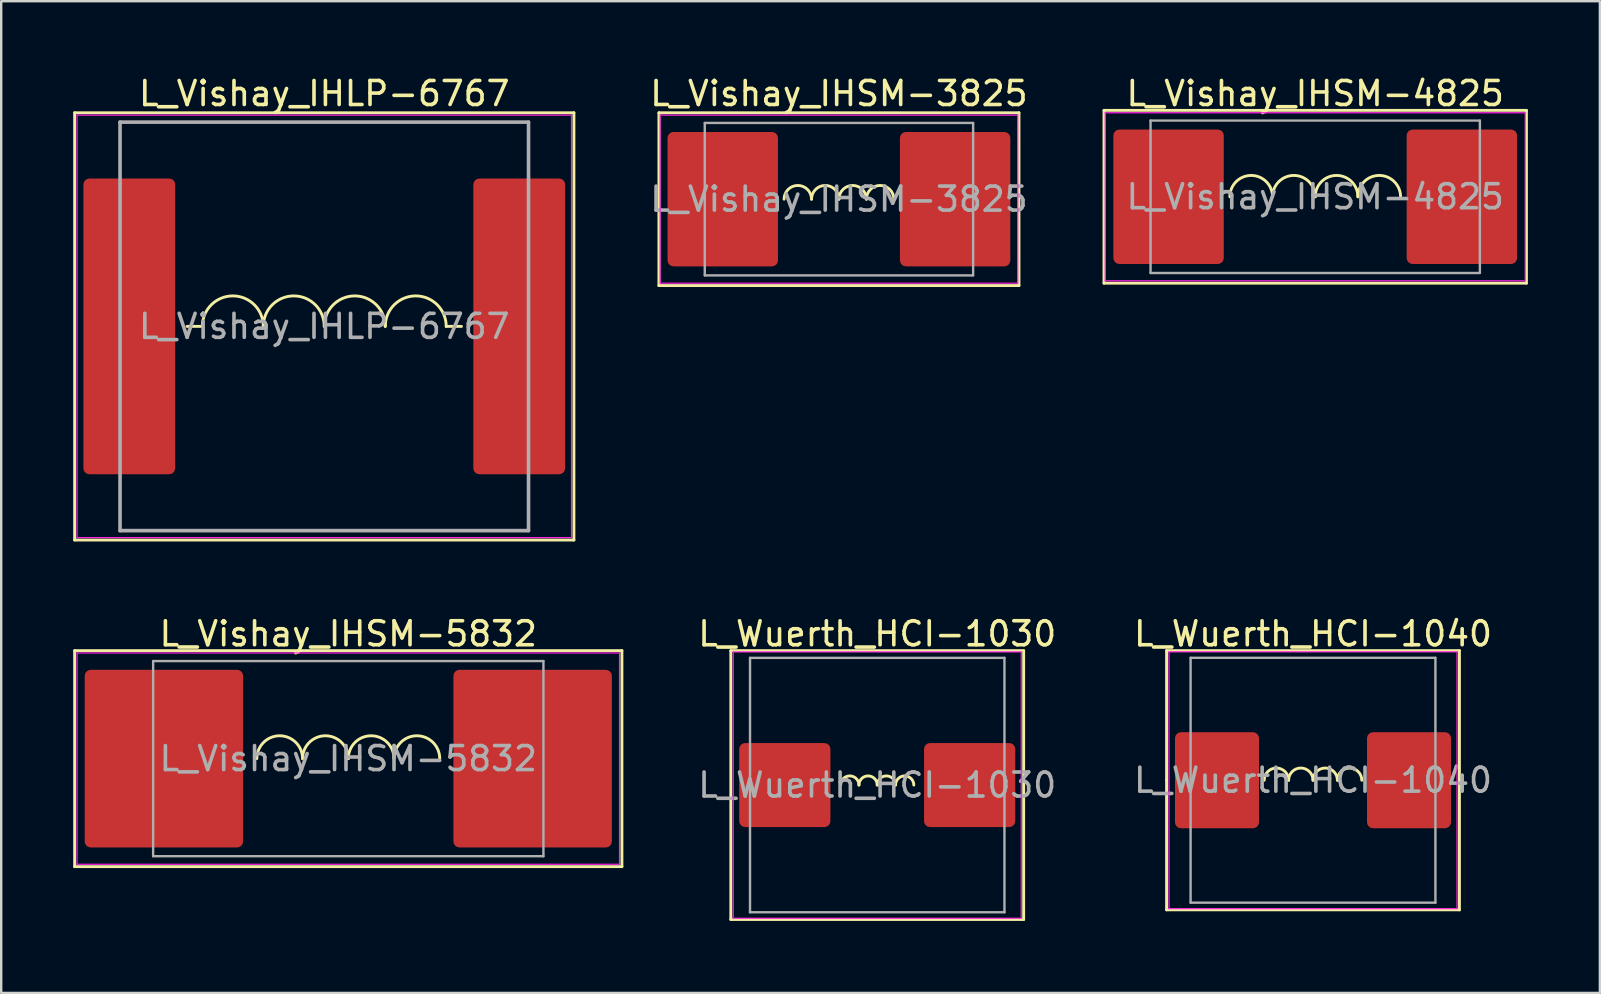
<source format=kicad_pcb>
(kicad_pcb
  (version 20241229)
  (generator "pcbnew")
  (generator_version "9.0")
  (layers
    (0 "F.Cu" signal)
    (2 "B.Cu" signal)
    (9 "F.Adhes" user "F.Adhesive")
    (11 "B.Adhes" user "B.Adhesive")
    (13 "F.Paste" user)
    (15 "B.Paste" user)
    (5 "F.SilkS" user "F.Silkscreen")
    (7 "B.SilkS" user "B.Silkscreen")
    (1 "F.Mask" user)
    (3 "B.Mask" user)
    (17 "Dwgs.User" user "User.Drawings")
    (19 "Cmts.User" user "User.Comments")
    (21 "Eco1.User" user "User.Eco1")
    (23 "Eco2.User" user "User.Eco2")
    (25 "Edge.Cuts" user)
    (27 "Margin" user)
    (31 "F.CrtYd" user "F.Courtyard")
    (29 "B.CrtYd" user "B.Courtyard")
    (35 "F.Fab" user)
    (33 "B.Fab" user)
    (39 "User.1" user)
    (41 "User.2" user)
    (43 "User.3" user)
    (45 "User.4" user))
  (footprint "L_Vishay_IHSM-5832"
    (layer "F.Cu")
    (at 11.46 28.556)
    (property "Reference" "L_Vishay_IHSM-5832" (at 0 -5.2 0) (layer "F.SilkS") (effects (font (size 1 1) (thickness 0.15))))
    (attr smd)
    (fp_line (start -11.4 -4.5) (end -11.4 4.5) (stroke (width 0.12) (type solid)) (layer "F.SilkS"))
    (fp_line (start -11.4 4.5) (end 11.4 4.5) (stroke (width 0.12) (type solid)) (layer "F.SilkS"))
    (fp_line (start 11.4 -4.5) (end -11.4 -4.5) (stroke (width 0.12) (type solid)) (layer "F.SilkS"))
    (fp_line (start 11.4 4.5) (end 11.4 -4.5) (stroke (width 0.12) (type solid)) (layer "F.SilkS"))
    (fp_arc (start -3.81 0) (mid -2.8575 -0.9525) (end -1.905 0) (stroke (width 0.12) (type solid)) (layer "F.SilkS"))
    (fp_arc (start -1.905 0) (mid -0.9525 -0.9525) (end 0 0) (stroke (width 0.12) (type solid)) (layer "F.SilkS"))
    (fp_arc (start 0 0) (mid 0.9525 -0.9525) (end 1.905 0) (stroke (width 0.12) (type solid)) (layer "F.SilkS"))
    (fp_arc (start 1.905 0) (mid 2.8575 -0.9525) (end 3.81 0) (stroke (width 0.12) (type solid)) (layer "F.SilkS"))
    (fp_line (start -11.3 -4.4) (end -11.3 4.4) (stroke (width 0.05) (type solid)) (layer "F.CrtYd"))
    (fp_line (start -11.3 4.4) (end 11.3 4.4) (stroke (width 0.05) (type solid)) (layer "F.CrtYd"))
    (fp_line (start 11.3 -4.4) (end -11.3 -4.4) (stroke (width 0.05) (type solid)) (layer "F.CrtYd"))
    (fp_line (start 11.3 4.4) (end 11.3 -4.4) (stroke (width 0.05) (type solid)) (layer "F.CrtYd"))
    (fp_line (start -8.13 -4.065) (end -8.13 4.065) (stroke (width 0.1) (type solid)) (layer "F.Fab"))
    (fp_line (start -8.13 4.065) (end 8.13 4.065) (stroke (width 0.1) (type solid)) (layer "F.Fab"))
    (fp_line (start 8.13 -4.065) (end -8.13 -4.065) (stroke (width 0.1) (type solid)) (layer "F.Fab"))
    (fp_line (start 8.13 4.065) (end 8.13 -4.065) (stroke (width 0.1) (type solid)) (layer "F.Fab"))
    (fp_text user "${REFERENCE}" (at 0 0 0) (layer "F.Fab") (effects (font (size 1 1) (thickness 0.15))))
    (pad "1" smd roundrect (at -7.681 0) (size 6.6 7.4) (layers "F.Cu" "F.Mask" "F.Paste") (roundrect_rratio 0.038))
    (pad "2" smd roundrect (at 7.681 0) (size 6.6 7.4) (layers "F.Cu" "F.Mask" "F.Paste") (roundrect_rratio 0.038)))
  (footprint "L_Wuerth_HCI-1030"
    (layer "F.Cu")
    (at 33.497 29.657)
    (property "Reference" "L_Wuerth_HCI-1030" (at 0 -6.3 0) (layer "F.SilkS") (effects (font (size 1 1) (thickness 0.15))))
    (attr smd)
    (fp_line (start -6.1 -5.6) (end -6.1 5.6) (stroke (width 0.12) (type solid)) (layer "F.SilkS"))
    (fp_line (start -6.1 5.6) (end 6.1 5.6) (stroke (width 0.12) (type solid)) (layer "F.SilkS"))
    (fp_line (start 6.1 -5.6) (end -6.1 -5.6) (stroke (width 0.12) (type solid)) (layer "F.SilkS"))
    (fp_line (start 6.1 5.6) (end 6.1 -5.6) (stroke (width 0.12) (type solid)) (layer "F.SilkS"))
    (fp_arc (start -1.524 0) (mid -1.143 -0.381) (end -0.762 0) (stroke (width 0.12) (type solid)) (layer "F.SilkS"))
    (fp_arc (start -0.762 0) (mid -0.381 -0.381) (end 0 0) (stroke (width 0.12) (type solid)) (layer "F.SilkS"))
    (fp_arc (start 0 0) (mid 0.381 -0.381) (end 0.762 0) (stroke (width 0.12) (type solid)) (layer "F.SilkS"))
    (fp_arc (start 0.762 0) (mid 1.143 -0.381) (end 1.524 0) (stroke (width 0.12) (type solid)) (layer "F.SilkS"))
    (fp_line (start -6 -5.55) (end -6 5.55) (stroke (width 0.05) (type solid)) (layer "F.CrtYd"))
    (fp_line (start -6 5.55) (end 6 5.55) (stroke (width 0.05) (type solid)) (layer "F.CrtYd"))
    (fp_line (start 6 -5.55) (end -6 -5.55) (stroke (width 0.05) (type solid)) (layer "F.CrtYd"))
    (fp_line (start 6 5.55) (end 6 -5.55) (stroke (width 0.05) (type solid)) (layer "F.CrtYd"))
    (fp_line (start -5.3 -5.3) (end -5.3 5.3) (stroke (width 0.1) (type solid)) (layer "F.Fab"))
    (fp_line (start -5.3 5.3) (end 5.3 5.3) (stroke (width 0.1) (type solid)) (layer "F.Fab"))
    (fp_line (start 5.3 -5.3) (end -5.3 -5.3) (stroke (width 0.1) (type solid)) (layer "F.Fab"))
    (fp_line (start 5.3 5.3) (end 5.3 -5.3) (stroke (width 0.1) (type solid)) (layer "F.Fab"))
    (fp_text user "${REFERENCE}" (at 0 0 0) (layer "F.Fab") (effects (font (size 1 1) (thickness 0.15))))
    (pad "1" smd roundrect (at -3.85 0) (size 3.8 3.5) (layers "F.Cu" "F.Mask" "F.Paste") (roundrect_rratio 0.071))
    (pad "2" smd roundrect (at 3.85 0) (size 3.8 3.5) (layers "F.Cu" "F.Mask" "F.Paste") (roundrect_rratio 0.071)))
  (footprint "L_Wuerth_HCI-1040"
    (layer "F.Cu")
    (at 51.652 29.456)
    (property "Reference" "L_Wuerth_HCI-1040" (at 0 -6.1 0) (layer "F.SilkS") (effects (font (size 1 1) (thickness 0.15))))
    (attr smd)
    (fp_line (start -6.1 -5.4) (end 6.1 -5.4) (stroke (width 0.12) (type solid)) (layer "F.SilkS"))
    (fp_line (start -6.1 0) (end -6.1 -5.4) (stroke (width 0.12) (type solid)) (layer "F.SilkS"))
    (fp_line (start -6.1 5.4) (end -6.1 0) (stroke (width 0.12) (type solid)) (layer "F.SilkS"))
    (fp_line (start 6.1 -5.4) (end 6.1 5.4) (stroke (width 0.12) (type solid)) (layer "F.SilkS"))
    (fp_line (start 6.1 5.4) (end -6.1 5.4) (stroke (width 0.12) (type solid)) (layer "F.SilkS"))
    (fp_arc (start -2.032 0) (mid -1.524 -0.508) (end -1.016 0) (stroke (width 0.12) (type solid)) (layer "F.SilkS"))
    (fp_arc (start -1.016 0) (mid -0.508 -0.508) (end 0 0) (stroke (width 0.12) (type solid)) (layer "F.SilkS"))
    (fp_arc (start 0 0) (mid 0.508 -0.508) (end 1.016 0) (stroke (width 0.12) (type solid)) (layer "F.SilkS"))
    (fp_arc (start 1.016 0) (mid 1.524 -0.508) (end 2.032 0) (stroke (width 0.12) (type solid)) (layer "F.SilkS"))
    (fp_line (start -6 -5.35) (end -6 5.35) (stroke (width 0.05) (type solid)) (layer "F.CrtYd"))
    (fp_line (start -6 5.35) (end 6 5.35) (stroke (width 0.05) (type solid)) (layer "F.CrtYd"))
    (fp_line (start 6 -5.35) (end -6 -5.35) (stroke (width 0.05) (type solid)) (layer "F.CrtYd"))
    (fp_line (start 6 5.35) (end 6 -5.35) (stroke (width 0.05) (type solid)) (layer "F.CrtYd"))
    (fp_line (start -5.1 -5.1) (end -5.1 5.1) (stroke (width 0.1) (type solid)) (layer "F.Fab"))
    (fp_line (start -5.1 5.1) (end 5.1 5.1) (stroke (width 0.1) (type solid)) (layer "F.Fab"))
    (fp_line (start 5.1 -5.1) (end -5.1 -5.1) (stroke (width 0.1) (type solid)) (layer "F.Fab"))
    (fp_line (start 5.1 5.1) (end 5.1 -5.1) (stroke (width 0.1) (type solid)) (layer "F.Fab"))
    (fp_text user "${REFERENCE}" (at 0 0 0) (layer "F.Fab") (effects (font (size 1 1) (thickness 0.15))))
    (pad "1" smd roundrect (at -4 0) (size 3.5 4) (layers "F.Cu" "F.Mask" "F.Paste") (roundrect_rratio 0.071))
    (pad "2" smd roundrect (at 4 0) (size 3.5 4) (layers "F.Cu" "F.Mask" "F.Paste") (roundrect_rratio 0.071)))
  (footprint "L_Vishay_IHSM-4825"
    (layer "F.Cu")
    (at 51.744 5.148)
    (property "Reference" "L_Vishay_IHSM-4825" (at 0 -4.3 0) (layer "F.SilkS") (effects (font (size 1 1) (thickness 0.15))))
    (attr smd)
    (fp_line (start -8.8 -3.6) (end -8.8 3.6) (stroke (width 0.12) (type solid)) (layer "F.SilkS"))
    (fp_line (start -8.8 3.6) (end 8.8 3.6) (stroke (width 0.12) (type solid)) (layer "F.SilkS"))
    (fp_line (start 8.8 -3.6) (end -8.8 -3.6) (stroke (width 0.12) (type solid)) (layer "F.SilkS"))
    (fp_line (start 8.8 3.6) (end 8.8 -3.6) (stroke (width 0.12) (type solid)) (layer "F.SilkS"))
    (fp_arc (start -3.556 0) (mid -2.667 -0.889) (end -1.778 0) (stroke (width 0.12) (type solid)) (layer "F.SilkS"))
    (fp_arc (start -1.778 0) (mid -0.889 -0.889) (end 0 0) (stroke (width 0.12) (type solid)) (layer "F.SilkS"))
    (fp_arc (start 0 0) (mid 0.889 -0.889) (end 1.778 0) (stroke (width 0.12) (type solid)) (layer "F.SilkS"))
    (fp_arc (start 1.778 0) (mid 2.667 -0.889) (end 3.556 0) (stroke (width 0.12) (type solid)) (layer "F.SilkS"))
    (fp_line (start -8.75 -3.5) (end -8.75 3.5) (stroke (width 0.05) (type solid)) (layer "F.CrtYd"))
    (fp_line (start -8.75 3.5) (end 8.75 3.5) (stroke (width 0.05) (type solid)) (layer "F.CrtYd"))
    (fp_line (start 8.75 -3.5) (end -8.75 -3.5) (stroke (width 0.05) (type solid)) (layer "F.CrtYd"))
    (fp_line (start 8.75 3.5) (end 8.75 -3.5) (stroke (width 0.05) (type solid)) (layer "F.CrtYd"))
    (fp_line (start -6.86 -3.175) (end -6.86 3.175) (stroke (width 0.1) (type solid)) (layer "F.Fab"))
    (fp_line (start -6.86 3.175) (end 6.86 3.175) (stroke (width 0.1) (type solid)) (layer "F.Fab"))
    (fp_line (start 6.86 -3.175) (end -6.86 -3.175) (stroke (width 0.1) (type solid)) (layer "F.Fab"))
    (fp_line (start 6.86 3.175) (end 6.86 -3.175) (stroke (width 0.1) (type solid)) (layer "F.Fab"))
    (fp_text user "${REFERENCE}" (at 0 0 0) (layer "F.Fab") (effects (font (size 1 1) (thickness 0.15))))
    (pad "1" smd roundrect (at -6.11 0) (size 4.6 5.6) (layers "F.Cu" "F.Mask" "F.Paste") (roundrect_rratio 0.054))
    (pad "2" smd roundrect (at 6.11 0) (size 4.6 5.6) (layers "F.Cu" "F.Mask" "F.Paste") (roundrect_rratio 0.054)))
  (footprint "L_Vishay_IHSM-3825"
    (layer "F.Cu")
    (at 31.902 5.248)
    (property "Reference" "L_Vishay_IHSM-3825" (at 0 -4.4 0) (layer "F.SilkS") (effects (font (size 1 1) (thickness 0.15))))
    (attr smd)
    (fp_line (start -7.5 -3.6) (end -7.5 3.6) (stroke (width 0.12) (type solid)) (layer "F.SilkS"))
    (fp_line (start -7.5 3.6) (end 7.5 3.6) (stroke (width 0.12) (type solid)) (layer "F.SilkS"))
    (fp_line (start 7.5 -3.6) (end -7.5 -3.6) (stroke (width 0.12) (type solid)) (layer "F.SilkS"))
    (fp_line (start 7.5 3.6) (end 7.5 -3.6) (stroke (width 0.12) (type solid)) (layer "F.SilkS"))
    (fp_arc (start -2.286 0) (mid -1.7145 -0.5715) (end -1.143 0) (stroke (width 0.12) (type solid)) (layer "F.SilkS"))
    (fp_arc (start -1.143 0) (mid -0.5715 -0.5715) (end 0 0) (stroke (width 0.12) (type solid)) (layer "F.SilkS"))
    (fp_arc (start 0 0) (mid 0.5715 -0.5715) (end 1.143 0) (stroke (width 0.12) (type solid)) (layer "F.SilkS"))
    (fp_arc (start 1.143 0) (mid 1.7145 -0.5715) (end 2.286 0) (stroke (width 0.12) (type solid)) (layer "F.SilkS"))
    (fp_line (start -7.45 -3.5) (end -7.45 3.5) (stroke (width 0.05) (type solid)) (layer "F.CrtYd"))
    (fp_line (start -7.45 3.5) (end 7.45 3.5) (stroke (width 0.05) (type solid)) (layer "F.CrtYd"))
    (fp_line (start 7.45 -3.5) (end -7.45 -3.5) (stroke (width 0.05) (type solid)) (layer "F.CrtYd"))
    (fp_line (start 7.45 3.5) (end 7.45 -3.5) (stroke (width 0.05) (type solid)) (layer "F.CrtYd"))
    (fp_line (start -5.59 -3.175) (end -5.59 3.175) (stroke (width 0.1) (type solid)) (layer "F.Fab"))
    (fp_line (start -5.59 3.175) (end 5.59 3.175) (stroke (width 0.1) (type solid)) (layer "F.Fab"))
    (fp_line (start 5.59 -3.175) (end -5.59 -3.175) (stroke (width 0.1) (type solid)) (layer "F.Fab"))
    (fp_line (start 5.59 3.175) (end 5.59 -3.175) (stroke (width 0.1) (type solid)) (layer "F.Fab"))
    (fp_text user "${REFERENCE}" (at 0 0 0) (layer "F.Fab") (effects (font (size 1 1) (thickness 0.15))))
    (pad "1" smd roundrect (at -4.84 0) (size 4.6 5.6) (layers "F.Cu" "F.Mask" "F.Paste") (roundrect_rratio 0.054))
    (pad "2" smd roundrect (at 4.84 0) (size 4.6 5.6) (layers "F.Cu" "F.Mask" "F.Paste") (roundrect_rratio 0.054)))
  (footprint "L_Vishay_IHLP-6767"
    (layer "F.Cu")
    (at 10.46 10.548)
    (property "Reference" "L_Vishay_IHLP-6767" (at 0 -9.7 0) (layer "F.SilkS") (effects (font (size 1 1) (thickness 0.15))))
    (attr smd)
    (fp_line (start -10.4 -8.9) (end -10.4 8.9) (stroke (width 0.12) (type solid)) (layer "F.SilkS"))
    (fp_line (start -10.4 8.9) (end 10.4 8.9) (stroke (width 0.12) (type solid)) (layer "F.SilkS"))
    (fp_line (start -5.08 0) (end -5.715 0) (stroke (width 0.12) (type solid)) (layer "F.SilkS"))
    (fp_line (start 5.715 0) (end 5.08 0) (stroke (width 0.12) (type solid)) (layer "F.SilkS"))
    (fp_line (start 10.4 -8.9) (end -10.4 -8.9) (stroke (width 0.12) (type solid)) (layer "F.SilkS"))
    (fp_line (start 10.4 8.9) (end 10.4 -8.9) (stroke (width 0.12) (type solid)) (layer "F.SilkS"))
    (fp_arc (start -5.08 0) (mid -3.81 -1.27) (end -2.54 0) (stroke (width 0.12) (type solid)) (layer "F.SilkS"))
    (fp_arc (start -2.54 0) (mid -1.27 -1.27) (end 0 0) (stroke (width 0.12) (type solid)) (layer "F.SilkS"))
    (fp_arc (start 0 0) (mid 1.27 -1.27) (end 2.54 0) (stroke (width 0.12) (type solid)) (layer "F.SilkS"))
    (fp_arc (start 2.54 0) (mid 3.81 -1.27) (end 5.08 0) (stroke (width 0.12) (type solid)) (layer "F.SilkS"))
    (fp_line (start -10.3 -8.8) (end -10.3 8.8) (stroke (width 0.05) (type solid)) (layer "F.CrtYd"))
    (fp_line (start -10.3 8.8) (end 10.3 8.8) (stroke (width 0.05) (type solid)) (layer "F.CrtYd"))
    (fp_line (start 10.3 -8.8) (end -10.3 -8.8) (stroke (width 0.05) (type solid)) (layer "F.CrtYd"))
    (fp_line (start 10.3 8.8) (end 10.3 -8.8) (stroke (width 0.05) (type solid)) (layer "F.CrtYd"))
    (fp_line (start -8.509 -8.509) (end -8.509 8.509) (stroke (width 0.15) (type solid)) (layer "F.Fab"))
    (fp_line (start -8.509 8.509) (end 8.509 8.509) (stroke (width 0.15) (type solid)) (layer "F.Fab"))
    (fp_line (start 8.509 -8.509) (end -8.509 -8.509) (stroke (width 0.15) (type solid)) (layer "F.Fab"))
    (fp_line (start 8.509 8.509) (end 8.509 -8.509) (stroke (width 0.15) (type solid)) (layer "F.Fab"))
    (fp_text user "${REFERENCE}" (at 0 0 0) (layer "F.Fab") (effects (font (size 1 1) (thickness 0.15))))
    (pad "1" smd roundrect (at -8.123 0) (size 3.825 12.32) (layers "F.Cu" "F.Mask" "F.Paste") (roundrect_rratio 0.065))
    (pad "2" smd roundrect (at 8.123 0) (size 3.825 12.32) (layers "F.Cu" "F.Mask" "F.Paste") (roundrect_rratio 0.065)))
  (gr_rect
    (start -3 -3)
    (end 63.604 38.316)
    (stroke (width 0.1) (type default))
    (fill no)
    (layer "Edge.Cuts")))
</source>
